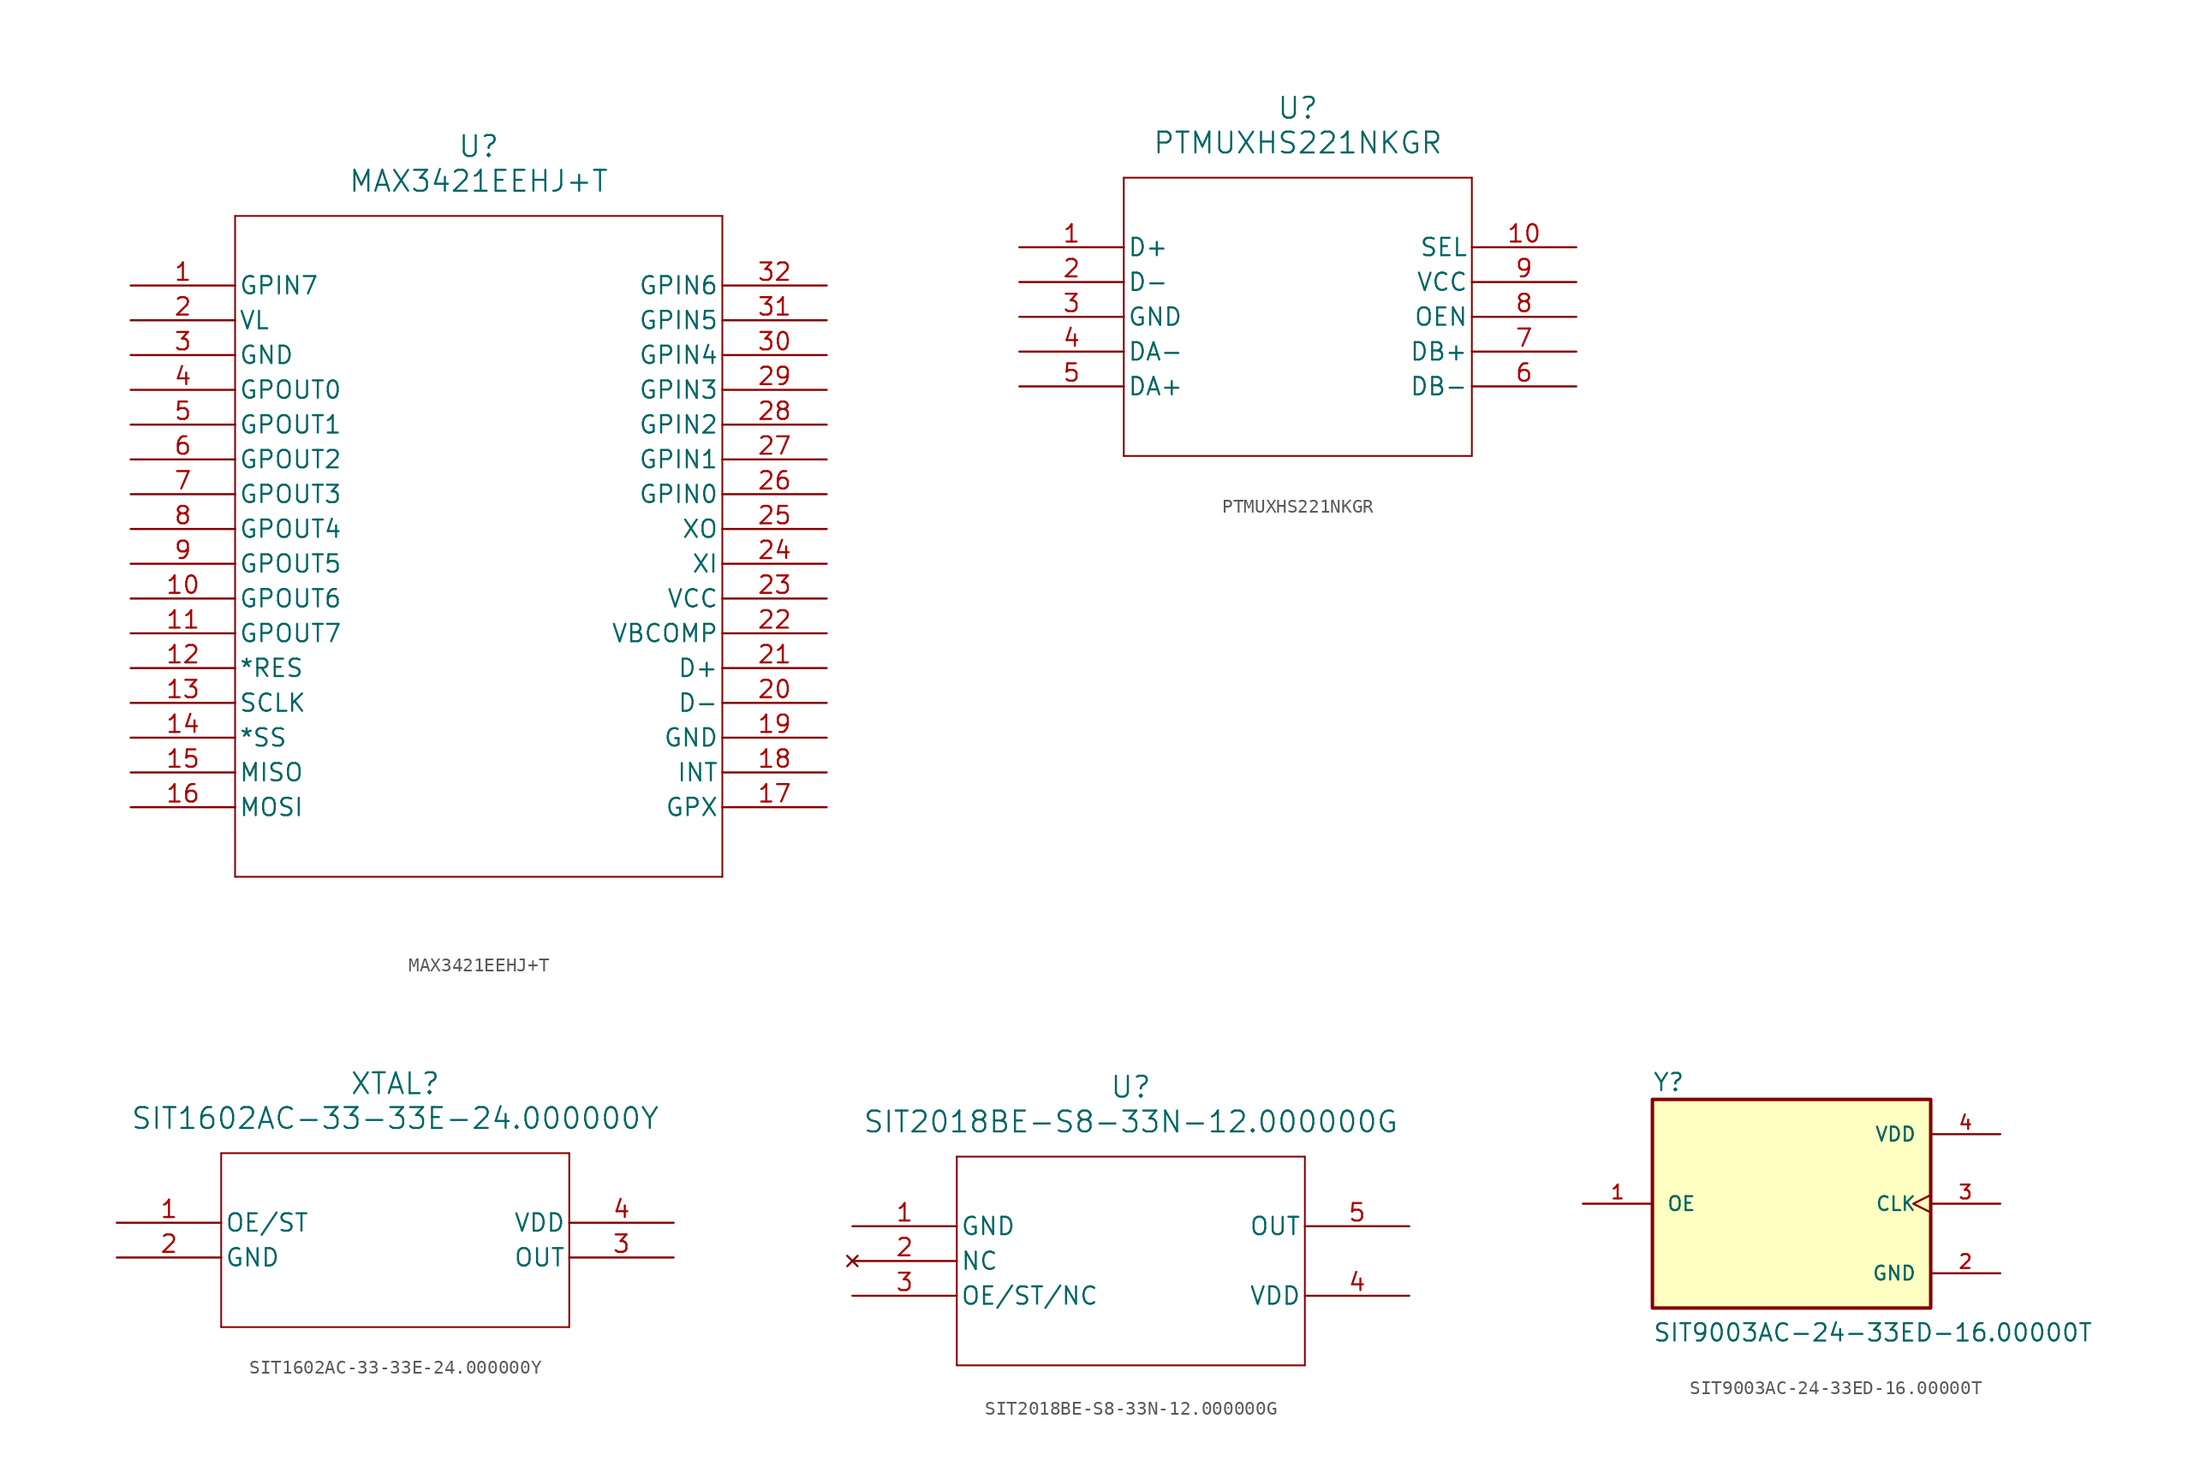
<source format=kicad_sym>
(kicad_symbol_lib
  (version 20220914)
  (generator kicad_symbol_editor)
  (symbol "MAX3421EEHJ+T"
    (pin_names
      (offset 0.254))
    (property "Reference" "U"
      (at 25.4 10.16 0)
      (effects (font (size 1.524 1.524))))
    (property "Value" "MAX3421EEHJ+T"
      (at 25.4 7.62 0)
      (effects (font (size 1.524 1.524))))
    (symbol "MAX3421EEHJ+T_0_1"
      (polyline (pts (xy 7.62 -43.18) (xy 43.18 -43.18)) (stroke (width 0.127) (type default)) (fill (type none)))
      (polyline (pts (xy 7.62 5.08) (xy 7.62 -43.18)) (stroke (width 0.127) (type default)) (fill (type none)))
      (polyline (pts (xy 43.18 -43.18) (xy 43.18 5.08)) (stroke (width 0.127) (type default)) (fill (type none)))
      (polyline (pts (xy 43.18 5.08) (xy 7.62 5.08)) (stroke (width 0.127) (type default)) (fill (type none)))
      (pin input line (at 0 0 0) (length 7.62) (name "GPIN7" (effects (font (size 1.27 1.27)))) (number "1" (effects (font (size 1.27 1.27)))))
      (pin output line (at 0 -22.86 0) (length 7.62) (name "GPOUT6" (effects (font (size 1.27 1.27)))) (number "10" (effects (font (size 1.27 1.27)))))
      (pin output line (at 0 -25.4 0) (length 7.62) (name "GPOUT7" (effects (font (size 1.27 1.27)))) (number "11" (effects (font (size 1.27 1.27)))))
      (pin input line (at 0 -27.94 0) (length 7.62) (name "*RES" (effects (font (size 1.27 1.27)))) (number "12" (effects (font (size 1.27 1.27)))))
      (pin input line (at 0 -30.48 0) (length 7.62) (name "SCLK" (effects (font (size 1.27 1.27)))) (number "13" (effects (font (size 1.27 1.27)))))
      (pin input line (at 0 -33.02 0) (length 7.62) (name "*SS" (effects (font (size 1.27 1.27)))) (number "14" (effects (font (size 1.27 1.27)))))
      (pin output line (at 0 -35.56 0) (length 7.62) (name "MISO" (effects (font (size 1.27 1.27)))) (number "15" (effects (font (size 1.27 1.27)))))
      (pin bidirectional line (at 0 -38.1 0) (length 7.62) (name "MOSI" (effects (font (size 1.27 1.27)))) (number "16" (effects (font (size 1.27 1.27)))))
      (pin output line (at 50.8 -38.1 180) (length 7.62) (name "GPX" (effects (font (size 1.27 1.27)))) (number "17" (effects (font (size 1.27 1.27)))))
      (pin output line (at 50.8 -35.56 180) (length 7.62) (name "INT" (effects (font (size 1.27 1.27)))) (number "18" (effects (font (size 1.27 1.27)))))
      (pin power_out line (at 50.8 -33.02 180) (length 7.62) (name "GND" (effects (font (size 1.27 1.27)))) (number "19" (effects (font (size 1.27 1.27)))))
      (pin input line (at 0 -2.54 0) (length 7.62) (name "VL" (effects (font (size 1.27 1.27)))) (number "2" (effects (font (size 1.27 1.27)))))
      (pin bidirectional line (at 50.8 -30.48 180) (length 7.62) (name "D-" (effects (font (size 1.27 1.27)))) (number "20" (effects (font (size 1.27 1.27)))))
      (pin bidirectional line (at 50.8 -27.94 180) (length 7.62) (name "D+" (effects (font (size 1.27 1.27)))) (number "21" (effects (font (size 1.27 1.27)))))
      (pin input line (at 50.8 -25.4 180) (length 7.62) (name "VBCOMP" (effects (font (size 1.27 1.27)))) (number "22" (effects (font (size 1.27 1.27)))))
      (pin power_in line (at 50.8 -22.86 180) (length 7.62) (name "VCC" (effects (font (size 1.27 1.27)))) (number "23" (effects (font (size 1.27 1.27)))))
      (pin input line (at 50.8 -20.32 180) (length 7.62) (name "XI" (effects (font (size 1.27 1.27)))) (number "24" (effects (font (size 1.27 1.27)))))
      (pin output line (at 50.8 -17.78 180) (length 7.62) (name "XO" (effects (font (size 1.27 1.27)))) (number "25" (effects (font (size 1.27 1.27)))))
      (pin input line (at 50.8 -15.24 180) (length 7.62) (name "GPIN0" (effects (font (size 1.27 1.27)))) (number "26" (effects (font (size 1.27 1.27)))))
      (pin input line (at 50.8 -12.7 180) (length 7.62) (name "GPIN1" (effects (font (size 1.27 1.27)))) (number "27" (effects (font (size 1.27 1.27)))))
      (pin input line (at 50.8 -10.16 180) (length 7.62) (name "GPIN2" (effects (font (size 1.27 1.27)))) (number "28" (effects (font (size 1.27 1.27)))))
      (pin input line (at 50.8 -7.62 180) (length 7.62) (name "GPIN3" (effects (font (size 1.27 1.27)))) (number "29" (effects (font (size 1.27 1.27)))))
      (pin input line (at 0 -5.08 0) (length 7.62) (name "GND" (effects (font (size 1.27 1.27)))) (number "3" (effects (font (size 1.27 1.27)))))
      (pin input line (at 50.8 -5.08 180) (length 7.62) (name "GPIN4" (effects (font (size 1.27 1.27)))) (number "30" (effects (font (size 1.27 1.27)))))
      (pin input line (at 50.8 -2.54 180) (length 7.62) (name "GPIN5" (effects (font (size 1.27 1.27)))) (number "31" (effects (font (size 1.27 1.27)))))
      (pin input line (at 50.8 0 180) (length 7.62) (name "GPIN6" (effects (font (size 1.27 1.27)))) (number "32" (effects (font (size 1.27 1.27)))))
      (pin output line (at 0 -7.62 0) (length 7.62) (name "GPOUT0" (effects (font (size 1.27 1.27)))) (number "4" (effects (font (size 1.27 1.27)))))
      (pin output line (at 0 -10.16 0) (length 7.62) (name "GPOUT1" (effects (font (size 1.27 1.27)))) (number "5" (effects (font (size 1.27 1.27)))))
      (pin output line (at 0 -12.7 0) (length 7.62) (name "GPOUT2" (effects (font (size 1.27 1.27)))) (number "6" (effects (font (size 1.27 1.27)))))
      (pin output line (at 0 -15.24 0) (length 7.62) (name "GPOUT3" (effects (font (size 1.27 1.27)))) (number "7" (effects (font (size 1.27 1.27)))))
      (pin output line (at 0 -17.78 0) (length 7.62) (name "GPOUT4" (effects (font (size 1.27 1.27)))) (number "8" (effects (font (size 1.27 1.27)))))
      (pin output line (at 0 -20.32 0) (length 7.62) (name "GPOUT5" (effects (font (size 1.27 1.27)))) (number "9" (effects (font (size 1.27 1.27)))))))
  (symbol "PTMUXHS221NKGR"
    (pin_names
      (offset 0.254))
    (property "Reference" "U"
      (at 20.32 10.16 0)
      (effects (font (size 1.524 1.524))))
    (property "Value" "PTMUXHS221NKGR"
      (at 20.32 7.62 0)
      (effects (font (size 1.524 1.524))))
    (symbol "PTMUXHS221NKGR_0_1"
      (polyline (pts (xy 7.62 -15.24) (xy 33.02 -15.24)) (stroke (width 0.127) (type default)) (fill (type none)))
      (polyline (pts (xy 7.62 5.08) (xy 7.62 -15.24)) (stroke (width 0.127) (type default)) (fill (type none)))
      (polyline (pts (xy 33.02 -15.24) (xy 33.02 5.08)) (stroke (width 0.127) (type default)) (fill (type none)))
      (polyline (pts (xy 33.02 5.08) (xy 7.62 5.08)) (stroke (width 0.127) (type default)) (fill (type none)))
      (pin bidirectional line (at 0 0 0) (length 7.62) (name "D+" (effects (font (size 1.27 1.27)))) (number "1" (effects (font (size 1.27 1.27)))))
      (pin input line (at 40.64 0 180) (length 7.62) (name "SEL" (effects (font (size 1.27 1.27)))) (number "10" (effects (font (size 1.27 1.27)))))
      (pin bidirectional line (at 0 -2.54 0) (length 7.62) (name "D-" (effects (font (size 1.27 1.27)))) (number "2" (effects (font (size 1.27 1.27)))))
      (pin power_out line (at 0 -5.08 0) (length 7.62) (name "GND" (effects (font (size 1.27 1.27)))) (number "3" (effects (font (size 1.27 1.27)))))
      (pin bidirectional line (at 0 -7.62 0) (length 7.62) (name "DA-" (effects (font (size 1.27 1.27)))) (number "4" (effects (font (size 1.27 1.27)))))
      (pin bidirectional line (at 0 -10.16 0) (length 7.62) (name "DA+" (effects (font (size 1.27 1.27)))) (number "5" (effects (font (size 1.27 1.27)))))
      (pin bidirectional line (at 40.64 -10.16 180) (length 7.62) (name "DB-" (effects (font (size 1.27 1.27)))) (number "6" (effects (font (size 1.27 1.27)))))
      (pin bidirectional line (at 40.64 -7.62 180) (length 7.62) (name "DB+" (effects (font (size 1.27 1.27)))) (number "7" (effects (font (size 1.27 1.27)))))
      (pin passive line (at 40.64 -5.08 180) (length 7.62) (name "OEN" (effects (font (size 1.27 1.27)))) (number "8" (effects (font (size 1.27 1.27)))))
      (pin power_in line (at 40.64 -2.54 180) (length 7.62) (name "VCC" (effects (font (size 1.27 1.27)))) (number "9" (effects (font (size 1.27 1.27)))))))
  (symbol "SIT1602AC-33-33E-24.000000Y"
    (pin_names
      (offset 0.254))
    (property "Reference" "XTAL"
      (at 20.32 10.16 0)
      (effects (font (size 1.524 1.524))))
    (property "Value" "SIT1602AC-33-33E-24.000000Y"
      (at 20.32 7.62 0)
      (effects (font (size 1.524 1.524))))
    (symbol "SIT1602AC-33-33E-24.000000Y_0_1"
      (polyline (pts (xy 7.62 -7.62) (xy 33.02 -7.62)) (stroke (width 0.127) (type default)) (fill (type none)))
      (polyline (pts (xy 7.62 5.08) (xy 7.62 -7.62)) (stroke (width 0.127) (type default)) (fill (type none)))
      (polyline (pts (xy 33.02 -7.62) (xy 33.02 5.08)) (stroke (width 0.127) (type default)) (fill (type none)))
      (polyline (pts (xy 33.02 5.08) (xy 7.62 5.08)) (stroke (width 0.127) (type default)) (fill (type none)))
      (pin unspecified line (at 0 0 0) (length 7.62) (name "OE/ST" (effects (font (size 1.27 1.27)))) (number "1" (effects (font (size 1.27 1.27)))))
      (pin power_out line (at 0 -2.54 0) (length 7.62) (name "GND" (effects (font (size 1.27 1.27)))) (number "2" (effects (font (size 1.27 1.27)))))
      (pin output line (at 40.64 -2.54 180) (length 7.62) (name "OUT" (effects (font (size 1.27 1.27)))) (number "3" (effects (font (size 1.27 1.27)))))
      (pin power_in line (at 40.64 0 180) (length 7.62) (name "VDD" (effects (font (size 1.27 1.27)))) (number "4" (effects (font (size 1.27 1.27)))))))
  (symbol "SIT2018BE-S8-33N-12.000000G"
    (pin_names
      (offset 0.254))
    (property "Reference" "U"
      (at 20.32 10.16 0)
      (effects (font (size 1.524 1.524))))
    (property "Value" "SIT2018BE-S8-33N-12.000000G"
      (at 20.32 7.62 0)
      (effects (font (size 1.524 1.524))))
    (symbol "SIT2018BE-S8-33N-12.000000G_0_1"
      (polyline (pts (xy 7.62 -10.16) (xy 33.02 -10.16)) (stroke (width 0.127) (type default)) (fill (type none)))
      (polyline (pts (xy 7.62 5.08) (xy 7.62 -10.16)) (stroke (width 0.127) (type default)) (fill (type none)))
      (polyline (pts (xy 33.02 -10.16) (xy 33.02 5.08)) (stroke (width 0.127) (type default)) (fill (type none)))
      (polyline (pts (xy 33.02 5.08) (xy 7.62 5.08)) (stroke (width 0.127) (type default)) (fill (type none)))
      (pin power_out line (at 0 0 0) (length 7.62) (name "GND" (effects (font (size 1.27 1.27)))) (number "1" (effects (font (size 1.27 1.27)))))
      (pin no_connect line (at 0 -2.54 0) (length 7.62) (name "NC" (effects (font (size 1.27 1.27)))) (number "2" (effects (font (size 1.27 1.27)))))
      (pin unspecified line (at 0 -5.08 0) (length 7.62) (name "OE/ST/NC" (effects (font (size 1.27 1.27)))) (number "3" (effects (font (size 1.27 1.27)))))
      (pin power_in line (at 40.64 -5.08 180) (length 7.62) (name "VDD" (effects (font (size 1.27 1.27)))) (number "4" (effects (font (size 1.27 1.27)))))
      (pin output line (at 40.64 0 180) (length 7.62) (name "OUT" (effects (font (size 1.27 1.27)))) (number "5" (effects (font (size 1.27 1.27)))))))
  (symbol "SIT9003AC-24-33ED-16.00000T"
    (pin_names
      (offset 1.016))
    (property "Reference" "Y"
      (at -10.16 8.128 0)
      (effects (font (size 1.27 1.27)) (justify left bottom)))
    (property "Value" "SIT9003AC-24-33ED-16.00000T"
      (at -10.16 -10.16 0)
      (effects (font (size 1.27 1.27)) (justify left bottom)))
    (symbol "SIT9003AC-24-33ED-16.00000T_0_0"
      (rectangle (start -10.16 -7.62) (end 10.16 7.62) (stroke (width 0.254) (type solid)) (fill (type background)))
      (pin input line (at -15.24 0 0) (length 5.08) (name "OE" (effects (font (size 1.016 1.016)))) (number "1" (effects (font (size 1.016 1.016)))))
      (pin power_in line (at 15.24 -5.08 180) (length 5.08) (name "GND" (effects (font (size 1.016 1.016)))) (number "2" (effects (font (size 1.016 1.016)))))
      (pin output clock (at 15.24 0 180) (length 5.08) (name "CLK" (effects (font (size 1.016 1.016)))) (number "3" (effects (font (size 1.016 1.016)))))
      (pin power_in line (at 15.24 5.08 180) (length 5.08) (name "VDD" (effects (font (size 1.016 1.016)))) (number "4" (effects (font (size 1.016 1.016))))))))
</source>
